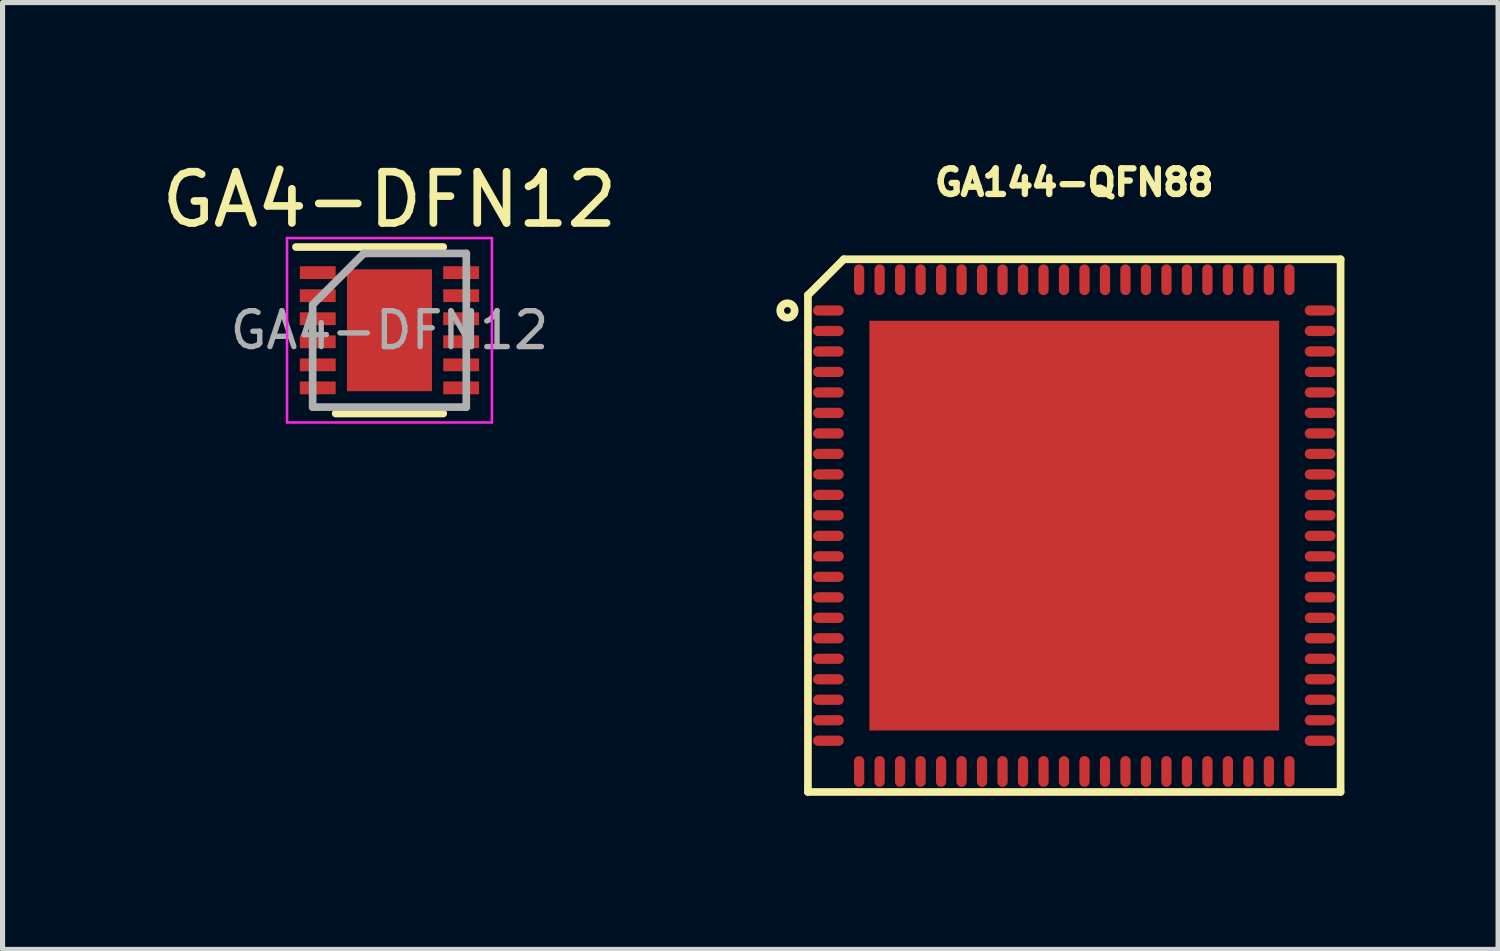
<source format=kicad_pcb>
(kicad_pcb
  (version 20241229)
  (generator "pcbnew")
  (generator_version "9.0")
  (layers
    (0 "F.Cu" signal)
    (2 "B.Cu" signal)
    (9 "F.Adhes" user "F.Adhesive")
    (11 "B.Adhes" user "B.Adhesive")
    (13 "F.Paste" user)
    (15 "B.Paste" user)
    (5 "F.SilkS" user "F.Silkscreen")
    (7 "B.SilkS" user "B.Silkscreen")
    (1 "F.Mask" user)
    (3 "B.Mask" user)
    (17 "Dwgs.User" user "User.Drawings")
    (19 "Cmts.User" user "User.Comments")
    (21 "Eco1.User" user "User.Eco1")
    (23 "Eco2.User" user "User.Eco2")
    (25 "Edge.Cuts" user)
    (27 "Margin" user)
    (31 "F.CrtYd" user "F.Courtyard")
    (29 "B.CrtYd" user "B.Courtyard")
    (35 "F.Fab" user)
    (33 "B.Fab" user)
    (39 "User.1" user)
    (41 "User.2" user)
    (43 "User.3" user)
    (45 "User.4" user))
  (footprint "GA4-DFN12"
    (layer "F.Cu")
    (at 4.554 3.398)
    (property "Reference" "GA4-DFN12" (at 0 -2.55 0) (layer "F.SilkS") (effects (font (size 1 1) (thickness 0.15))))
    (attr smd)
    (fp_line (start -1.825 -1.625) (end 1.05 -1.625) (stroke (width 0.15) (type solid)) (layer "F.SilkS"))
    (fp_line (start -1.05 1.625) (end 1.05 1.625) (stroke (width 0.15) (type solid)) (layer "F.SilkS"))
    (fp_line (start -2 -1.8) (end -2 1.8) (stroke (width 0.05) (type solid)) (layer "F.CrtYd"))
    (fp_line (start -2 -1.8) (end 2 -1.8) (stroke (width 0.05) (type solid)) (layer "F.CrtYd"))
    (fp_line (start -2 1.8) (end 2 1.8) (stroke (width 0.05) (type solid)) (layer "F.CrtYd"))
    (fp_line (start 2 -1.8) (end 2 1.8) (stroke (width 0.05) (type solid)) (layer "F.CrtYd"))
    (fp_line (start -1.5 -0.5) (end -0.5 -1.5) (stroke (width 0.15) (type solid)) (layer "F.Fab"))
    (fp_line (start -1.5 1.5) (end -1.5 -0.5) (stroke (width 0.15) (type solid)) (layer "F.Fab"))
    (fp_line (start -0.5 -1.5) (end 1.5 -1.5) (stroke (width 0.15) (type solid)) (layer "F.Fab"))
    (fp_line (start 1.5 -1.5) (end 1.5 1.5) (stroke (width 0.15) (type solid)) (layer "F.Fab"))
    (fp_line (start 1.5 1.5) (end -1.5 1.5) (stroke (width 0.15) (type solid)) (layer "F.Fab"))
    (fp_text user "${REFERENCE}" (at 0 0 0) (layer "F.Fab") (effects (font (size 0.7 0.7) (thickness 0.105))))
    (pad "" smd rect (at -0.415 -0.595) (size 0.64 1) (layers "F.Paste"))
    (pad "" smd rect (at -0.415 0.595) (size 0.64 1) (layers "F.Paste"))
    (pad "" smd rect (at 0.415 -0.595) (size 0.64 1) (layers "F.Paste"))
    (pad "" smd rect (at 0.415 0.595) (size 0.64 1) (layers "F.Paste"))
    (pad "1" smd rect (at -1.4 -1.125) (size 0.7 0.25) (layers "F.Cu" "F.Mask" "F.Paste"))
    (pad "2" smd rect (at -1.4 -0.675) (size 0.7 0.25) (layers "F.Cu" "F.Mask" "F.Paste"))
    (pad "3" smd rect (at -1.4 -0.225) (size 0.7 0.25) (layers "F.Cu" "F.Mask" "F.Paste"))
    (pad "4" smd rect (at -1.4 0.225) (size 0.7 0.25) (layers "F.Cu" "F.Mask" "F.Paste"))
    (pad "5" smd rect (at -1.4 0.675) (size 0.7 0.25) (layers "F.Cu" "F.Mask" "F.Paste"))
    (pad "6" smd rect (at -1.4 1.125) (size 0.7 0.25) (layers "F.Cu" "F.Mask" "F.Paste"))
    (pad "7" smd rect (at 1.4 1.125) (size 0.7 0.25) (layers "F.Cu" "F.Mask" "F.Paste"))
    (pad "8" smd rect (at 1.4 0.675) (size 0.7 0.25) (layers "F.Cu" "F.Mask" "F.Paste"))
    (pad "9" smd rect (at 1.4 0.225) (size 0.7 0.25) (layers "F.Cu" "F.Mask" "F.Paste"))
    (pad "10" smd rect (at 1.4 -0.225) (size 0.7 0.25) (layers "F.Cu" "F.Mask" "F.Paste"))
    (pad "11" smd rect (at 1.4 -0.675) (size 0.7 0.25) (layers "F.Cu" "F.Mask" "F.Paste"))
    (pad "12" smd rect (at 1.4 -1.125) (size 0.7 0.25) (layers "F.Cu" "F.Mask" "F.Paste"))
    (pad "13" smd rect (at 0 0) (size 1.66 2.38) (layers "F.Cu" "F.Mask")))
  (footprint "GA144-QFN88"
    (layer "F.Cu")
    (at 17.924 7.212)
    (property "Reference" "GA144-QFN88" (at 0 -6.7 0) (layer "F.SilkS") (effects (font (size 0.5 0.5) (thickness 0.125))))
    (attr smd)
    (fp_line (start -5.2 -4.5) (end -4.5 -5.2) (stroke (width 0.15) (type solid)) (layer "F.SilkS"))
    (fp_line (start -5.2 5.2) (end -5.2 -4.5) (stroke (width 0.15) (type solid)) (layer "F.SilkS"))
    (fp_line (start -4.5 -5.2) (end 5.2 -5.2) (stroke (width 0.15) (type solid)) (layer "F.SilkS"))
    (fp_line (start 5.2 -5.2) (end 5.2 5.2) (stroke (width 0.15) (type solid)) (layer "F.SilkS"))
    (fp_line (start 5.2 5.2) (end -5.2 5.2) (stroke (width 0.15) (type solid)) (layer "F.SilkS"))
    (fp_circle (center -5.6 -4.2) (end -5.5 -4.1) (stroke (width 0.15) (type solid)) (fill no) (layer "F.SilkS"))
    (pad "1" smd oval (at -4.8 -4.2) (size 0.6 0.2) (layers "F.Cu" "F.Mask" "F.Paste"))
    (pad "2" smd oval (at -4.8 -3.8) (size 0.6 0.2) (layers "F.Cu" "F.Mask" "F.Paste"))
    (pad "3" smd oval (at -4.8 -3.4) (size 0.6 0.2) (layers "F.Cu" "F.Mask" "F.Paste"))
    (pad "4" smd oval (at -4.8 -3) (size 0.6 0.2) (layers "F.Cu" "F.Mask" "F.Paste"))
    (pad "5" smd oval (at -4.8 -2.6) (size 0.6 0.2) (layers "F.Cu" "F.Mask" "F.Paste"))
    (pad "6" smd oval (at -4.8 -2.2) (size 0.6 0.2) (layers "F.Cu" "F.Mask" "F.Paste"))
    (pad "7" smd oval (at -4.8 -1.8) (size 0.6 0.2) (layers "F.Cu" "F.Mask" "F.Paste"))
    (pad "8" smd oval (at -4.8 -1.4) (size 0.6 0.2) (layers "F.Cu" "F.Mask" "F.Paste"))
    (pad "9" smd oval (at -4.8 -1) (size 0.6 0.2) (layers "F.Cu" "F.Mask" "F.Paste"))
    (pad "10" smd oval (at -4.8 -0.6) (size 0.6 0.2) (layers "F.Cu" "F.Mask" "F.Paste"))
    (pad "11" smd oval (at -4.8 -0.2) (size 0.6 0.2) (layers "F.Cu" "F.Mask" "F.Paste"))
    (pad "12" smd oval (at -4.8 0.2) (size 0.6 0.2) (layers "F.Cu" "F.Mask" "F.Paste"))
    (pad "13" smd oval (at -4.8 0.6) (size 0.6 0.2) (layers "F.Cu" "F.Mask" "F.Paste"))
    (pad "14" smd oval (at -4.8 1) (size 0.6 0.2) (layers "F.Cu" "F.Mask" "F.Paste"))
    (pad "15" smd oval (at -4.8 1.4) (size 0.6 0.2) (layers "F.Cu" "F.Mask" "F.Paste"))
    (pad "16" smd oval (at -4.8 1.8) (size 0.6 0.2) (layers "F.Cu" "F.Mask" "F.Paste"))
    (pad "17" smd oval (at -4.8 2.2) (size 0.6 0.2) (layers "F.Cu" "F.Mask" "F.Paste"))
    (pad "18" smd oval (at -4.8 2.6) (size 0.6 0.2) (layers "F.Cu" "F.Mask" "F.Paste"))
    (pad "19" smd oval (at -4.8 3) (size 0.6 0.2) (layers "F.Cu" "F.Mask" "F.Paste"))
    (pad "20" smd oval (at -4.8 3.4) (size 0.6 0.2) (layers "F.Cu" "F.Mask" "F.Paste"))
    (pad "21" smd oval (at -4.8 3.8) (size 0.6 0.2) (layers "F.Cu" "F.Mask" "F.Paste"))
    (pad "22" smd oval (at -4.8 4.2) (size 0.6 0.2) (layers "F.Cu" "F.Mask" "F.Paste"))
    (pad "23" smd oval (at -4.2 4.8 90) (size 0.6 0.2) (layers "F.Cu" "F.Mask" "F.Paste"))
    (pad "24" smd oval (at -3.8 4.8 90) (size 0.6 0.2) (layers "F.Cu" "F.Mask" "F.Paste"))
    (pad "25" smd oval (at -3.4 4.8 90) (size 0.6 0.2) (layers "F.Cu" "F.Mask" "F.Paste"))
    (pad "26" smd oval (at -3 4.8 90) (size 0.6 0.2) (layers "F.Cu" "F.Mask" "F.Paste"))
    (pad "27" smd oval (at -2.6 4.8 90) (size 0.6 0.2) (layers "F.Cu" "F.Mask" "F.Paste"))
    (pad "28" smd oval (at -2.2 4.8 90) (size 0.6 0.2) (layers "F.Cu" "F.Mask" "F.Paste"))
    (pad "29" smd oval (at -1.8 4.8 90) (size 0.6 0.2) (layers "F.Cu" "F.Mask" "F.Paste"))
    (pad "30" smd oval (at -1.4 4.8 90) (size 0.6 0.2) (layers "F.Cu" "F.Mask" "F.Paste"))
    (pad "31" smd oval (at -1 4.8 90) (size 0.6 0.2) (layers "F.Cu" "F.Mask" "F.Paste"))
    (pad "32" smd oval (at -0.6 4.8 90) (size 0.6 0.2) (layers "F.Cu" "F.Mask" "F.Paste"))
    (pad "33" smd oval (at -0.2 4.8 90) (size 0.6 0.2) (layers "F.Cu" "F.Mask" "F.Paste"))
    (pad "34" smd oval (at 0.2 4.8 90) (size 0.6 0.2) (layers "F.Cu" "F.Mask" "F.Paste"))
    (pad "35" smd oval (at 0.6 4.8 90) (size 0.6 0.2) (layers "F.Cu" "F.Mask" "F.Paste"))
    (pad "36" smd oval (at 1 4.8 90) (size 0.6 0.2) (layers "F.Cu" "F.Mask" "F.Paste"))
    (pad "37" smd oval (at 1.4 4.8 90) (size 0.6 0.2) (layers "F.Cu" "F.Mask" "F.Paste"))
    (pad "38" smd oval (at 1.8 4.8 90) (size 0.6 0.2) (layers "F.Cu" "F.Mask" "F.Paste"))
    (pad "39" smd oval (at 2.2 4.8 90) (size 0.6 0.2) (layers "F.Cu" "F.Mask" "F.Paste"))
    (pad "40" smd oval (at 2.6 4.8 90) (size 0.6 0.2) (layers "F.Cu" "F.Mask" "F.Paste"))
    (pad "41" smd oval (at 3 4.8 90) (size 0.6 0.2) (layers "F.Cu" "F.Mask" "F.Paste"))
    (pad "42" smd oval (at 3.4 4.8 90) (size 0.6 0.2) (layers "F.Cu" "F.Mask" "F.Paste"))
    (pad "43" smd oval (at 3.8 4.8 90) (size 0.6 0.2) (layers "F.Cu" "F.Mask" "F.Paste"))
    (pad "44" smd oval (at 4.2 4.8 90) (size 0.6 0.2) (layers "F.Cu" "F.Mask" "F.Paste"))
    (pad "45" smd oval (at 4.8 4.2) (size 0.6 0.2) (layers "F.Cu" "F.Mask" "F.Paste"))
    (pad "46" smd oval (at 4.8 3.8) (size 0.6 0.2) (layers "F.Cu" "F.Mask" "F.Paste"))
    (pad "47" smd oval (at 4.8 3.4) (size 0.6 0.2) (layers "F.Cu" "F.Mask" "F.Paste"))
    (pad "48" smd oval (at 4.8 3) (size 0.6 0.2) (layers "F.Cu" "F.Mask" "F.Paste"))
    (pad "49" smd oval (at 4.8 2.6) (size 0.6 0.2) (layers "F.Cu" "F.Mask" "F.Paste"))
    (pad "50" smd oval (at 4.8 2.2) (size 0.6 0.2) (layers "F.Cu" "F.Mask" "F.Paste"))
    (pad "51" smd oval (at 4.8 1.8) (size 0.6 0.2) (layers "F.Cu" "F.Mask" "F.Paste"))
    (pad "52" smd oval (at 4.8 1.4) (size 0.6 0.2) (layers "F.Cu" "F.Mask" "F.Paste"))
    (pad "53" smd oval (at 4.8 1) (size 0.6 0.2) (layers "F.Cu" "F.Mask" "F.Paste"))
    (pad "54" smd oval (at 4.8 0.6) (size 0.6 0.2) (layers "F.Cu" "F.Mask" "F.Paste"))
    (pad "55" smd oval (at 4.8 0.2) (size 0.6 0.2) (layers "F.Cu" "F.Mask" "F.Paste"))
    (pad "56" smd oval (at 4.8 -0.2) (size 0.6 0.2) (layers "F.Cu" "F.Mask" "F.Paste"))
    (pad "57" smd oval (at 4.8 -0.6) (size 0.6 0.2) (layers "F.Cu" "F.Mask" "F.Paste"))
    (pad "58" smd oval (at 4.8 -1) (size 0.6 0.2) (layers "F.Cu" "F.Mask" "F.Paste"))
    (pad "59" smd oval (at 4.8 -1.4) (size 0.6 0.2) (layers "F.Cu" "F.Mask" "F.Paste"))
    (pad "60" smd oval (at 4.8 -1.8) (size 0.6 0.2) (layers "F.Cu" "F.Mask" "F.Paste"))
    (pad "61" smd oval (at 4.8 -2.2) (size 0.6 0.2) (layers "F.Cu" "F.Mask" "F.Paste"))
    (pad "62" smd oval (at 4.8 -2.6) (size 0.6 0.2) (layers "F.Cu" "F.Mask" "F.Paste"))
    (pad "63" smd oval (at 4.8 -3) (size 0.6 0.2) (layers "F.Cu" "F.Mask" "F.Paste"))
    (pad "64" smd oval (at 4.8 -3.4) (size 0.6 0.2) (layers "F.Cu" "F.Mask" "F.Paste"))
    (pad "65" smd oval (at 4.8 -3.8) (size 0.6 0.2) (layers "F.Cu" "F.Mask" "F.Paste"))
    (pad "66" smd oval (at 4.8 -4.2) (size 0.6 0.2) (layers "F.Cu" "F.Mask" "F.Paste"))
    (pad "67" smd oval (at 4.2 -4.8 90) (size 0.6 0.2) (layers "F.Cu" "F.Mask" "F.Paste"))
    (pad "68" smd oval (at 3.8 -4.8 90) (size 0.6 0.2) (layers "F.Cu" "F.Mask" "F.Paste"))
    (pad "69" smd oval (at 3.4 -4.8 90) (size 0.6 0.2) (layers "F.Cu" "F.Mask" "F.Paste"))
    (pad "70" smd oval (at 3 -4.8 90) (size 0.6 0.2) (layers "F.Cu" "F.Mask" "F.Paste"))
    (pad "71" smd oval (at 2.6 -4.8 90) (size 0.6 0.2) (layers "F.Cu" "F.Mask" "F.Paste"))
    (pad "72" smd oval (at 2.2 -4.8 90) (size 0.6 0.2) (layers "F.Cu" "F.Mask" "F.Paste"))
    (pad "73" smd oval (at 1.8 -4.8 90) (size 0.6 0.2) (layers "F.Cu" "F.Mask" "F.Paste"))
    (pad "74" smd oval (at 1.4 -4.8 90) (size 0.6 0.2) (layers "F.Cu" "F.Mask" "F.Paste"))
    (pad "75" smd oval (at 1 -4.8 90) (size 0.6 0.2) (layers "F.Cu" "F.Mask" "F.Paste"))
    (pad "76" smd oval (at 0.6 -4.8 90) (size 0.6 0.2) (layers "F.Cu" "F.Mask" "F.Paste"))
    (pad "77" smd oval (at 0.2 -4.8 90) (size 0.6 0.2) (layers "F.Cu" "F.Mask" "F.Paste"))
    (pad "78" smd oval (at -0.2 -4.8 90) (size 0.6 0.2) (layers "F.Cu" "F.Mask" "F.Paste"))
    (pad "79" smd oval (at -0.6 -4.8 90) (size 0.6 0.2) (layers "F.Cu" "F.Mask" "F.Paste"))
    (pad "80" smd oval (at -1 -4.8 90) (size 0.6 0.2) (layers "F.Cu" "F.Mask" "F.Paste"))
    (pad "81" smd oval (at -1.4 -4.8 90) (size 0.6 0.2) (layers "F.Cu" "F.Mask" "F.Paste"))
    (pad "82" smd oval (at -1.8 -4.8 90) (size 0.6 0.2) (layers "F.Cu" "F.Mask" "F.Paste"))
    (pad "83" smd oval (at -2.2 -4.8 90) (size 0.6 0.2) (layers "F.Cu" "F.Mask" "F.Paste"))
    (pad "84" smd oval (at -2.6 -4.8 90) (size 0.6 0.2) (layers "F.Cu" "F.Mask" "F.Paste"))
    (pad "85" smd oval (at -3 -4.8 90) (size 0.6 0.2) (layers "F.Cu" "F.Mask" "F.Paste"))
    (pad "86" smd oval (at -3.4 -4.8 90) (size 0.6 0.2) (layers "F.Cu" "F.Mask" "F.Paste"))
    (pad "87" smd oval (at -3.8 -4.8 90) (size 0.6 0.2) (layers "F.Cu" "F.Mask" "F.Paste"))
    (pad "88" smd oval (at -4.2 -4.8 90) (size 0.6 0.2) (layers "F.Cu" "F.Mask" "F.Paste"))
    (pad "DAP" smd rect (at 0 0) (size 8 8) (layers "F.Cu" "F.Mask" "F.Paste")))
  (gr_rect
    (start -3 -3)
    (end 26.199 15.487)
    (stroke (width 0.1) (type default))
    (fill no)
    (layer "Edge.Cuts")))
</source>
